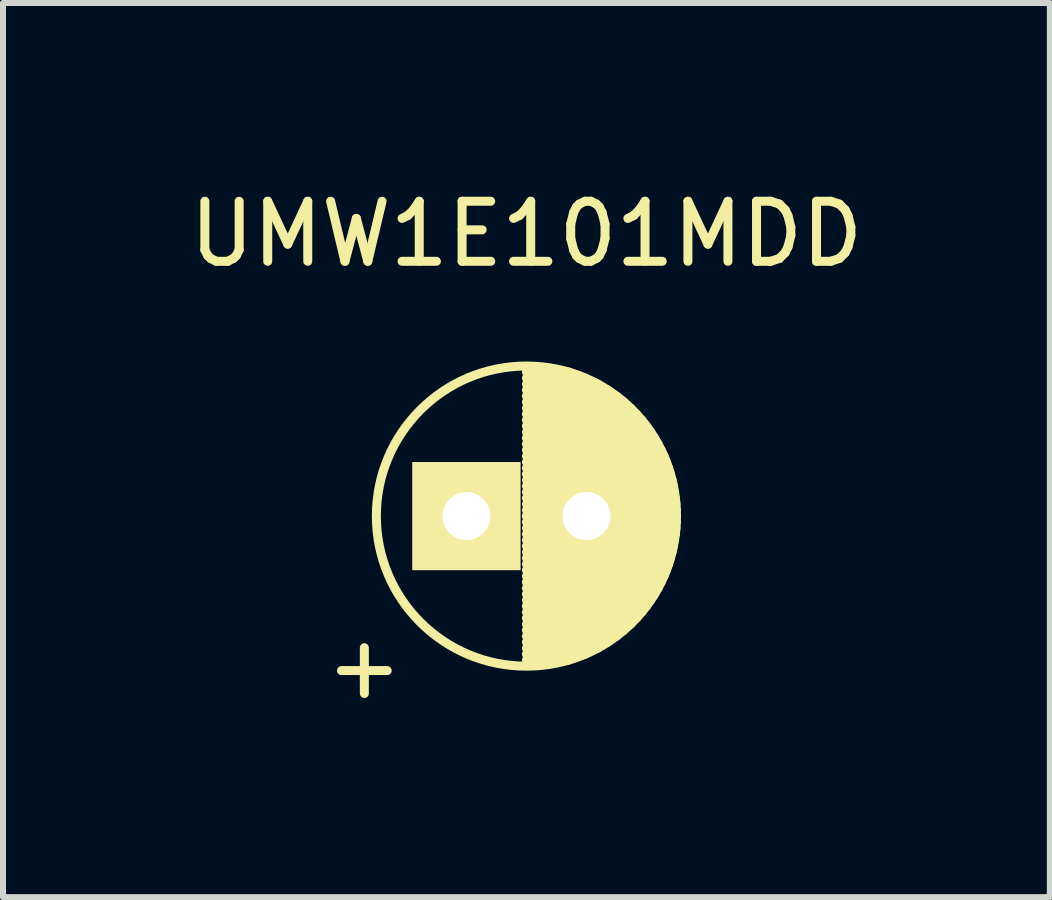
<source format=kicad_pcb>
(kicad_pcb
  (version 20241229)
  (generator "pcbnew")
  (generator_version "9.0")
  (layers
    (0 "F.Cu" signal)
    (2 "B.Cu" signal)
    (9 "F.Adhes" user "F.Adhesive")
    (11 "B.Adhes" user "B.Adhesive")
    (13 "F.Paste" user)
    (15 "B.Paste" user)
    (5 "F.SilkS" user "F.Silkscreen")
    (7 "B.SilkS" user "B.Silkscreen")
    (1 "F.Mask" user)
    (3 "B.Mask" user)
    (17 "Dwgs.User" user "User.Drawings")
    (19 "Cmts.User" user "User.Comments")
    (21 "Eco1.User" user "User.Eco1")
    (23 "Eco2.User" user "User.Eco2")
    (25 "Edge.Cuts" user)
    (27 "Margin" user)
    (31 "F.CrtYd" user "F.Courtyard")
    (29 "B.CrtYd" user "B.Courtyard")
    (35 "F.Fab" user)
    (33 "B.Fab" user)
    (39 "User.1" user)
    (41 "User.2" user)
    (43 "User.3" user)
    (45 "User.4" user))
  (footprint "UMW1E101MDD"
    (layer "F.Cu")
    (at 4.72 5.548)
    (property "Reference" "UMW1E101MDD" (at 1 -4.7 0) (layer "F.SilkS") (effects (font (size 1 1) (thickness 0.15))))
    (attr through_hole)
    (fp_line (start 1 -2.4) (end 1.7 -2.4) (stroke (width 0.15) (type solid)) (layer "F.SilkS"))
    (fp_line (start 1 -2.3) (end 1.98 -2.3) (stroke (width 0.15) (type solid)) (layer "F.SilkS"))
    (fp_line (start 1 -2.2) (end 2.187 -2.2) (stroke (width 0.15) (type solid)) (layer "F.SilkS"))
    (fp_line (start 1 -2.1) (end 2.356 -2.1) (stroke (width 0.15) (type solid)) (layer "F.SilkS"))
    (fp_line (start 1 -2) (end 2.5 -2) (stroke (width 0.15) (type solid)) (layer "F.SilkS"))
    (fp_line (start 1 -1.9) (end 2.625 -1.9) (stroke (width 0.15) (type solid)) (layer "F.SilkS"))
    (fp_line (start 1 -1.8) (end 2.735 -1.8) (stroke (width 0.15) (type solid)) (layer "F.SilkS"))
    (fp_line (start 1 -1.7) (end 2.833 -1.7) (stroke (width 0.15) (type solid)) (layer "F.SilkS"))
    (fp_line (start 1 -1.6) (end 2.921 -1.6) (stroke (width 0.15) (type solid)) (layer "F.SilkS"))
    (fp_line (start 1 -1.5) (end 3 -1.5) (stroke (width 0.15) (type solid)) (layer "F.SilkS"))
    (fp_line (start 1 -1.4) (end 3.071 -1.4) (stroke (width 0.15) (type solid)) (layer "F.SilkS"))
    (fp_line (start 1 -1.3) (end 3.135 -1.3) (stroke (width 0.15) (type solid)) (layer "F.SilkS"))
    (fp_line (start 1 -1.2) (end 3.193 -1.2) (stroke (width 0.15) (type solid)) (layer "F.SilkS"))
    (fp_line (start 1 -1.1) (end 3.245 -1.1) (stroke (width 0.15) (type solid)) (layer "F.SilkS"))
    (fp_line (start 1 -1) (end 3.291 -1) (stroke (width 0.15) (type solid)) (layer "F.SilkS"))
    (fp_line (start 1 -0.9) (end 3.332 -0.9) (stroke (width 0.15) (type solid)) (layer "F.SilkS"))
    (fp_line (start 1 -0.8) (end 3.369 -0.8) (stroke (width 0.15) (type solid)) (layer "F.SilkS"))
    (fp_line (start 1 -0.7) (end 3.4 -0.7) (stroke (width 0.15) (type solid)) (layer "F.SilkS"))
    (fp_line (start 1 -0.6) (end 3.427 -0.6) (stroke (width 0.15) (type solid)) (layer "F.SilkS"))
    (fp_line (start 1 -0.5) (end 3.449 -0.5) (stroke (width 0.15) (type solid)) (layer "F.SilkS"))
    (fp_line (start 1 -0.4) (end 3.468 -0.4) (stroke (width 0.15) (type solid)) (layer "F.SilkS"))
    (fp_line (start 1 -0.3) (end 3.482 -0.3) (stroke (width 0.15) (type solid)) (layer "F.SilkS"))
    (fp_line (start 1 -0.2) (end 3.492 -0.2) (stroke (width 0.15) (type solid)) (layer "F.SilkS"))
    (fp_line (start 1 -0.1) (end 3.498 -0.1) (stroke (width 0.15) (type solid)) (layer "F.SilkS"))
    (fp_line (start 1 0) (end 3.5 0) (stroke (width 0.15) (type solid)) (layer "F.SilkS"))
    (fp_line (start 1 0) (end 3.5 0) (stroke (width 0.15) (type solid)) (layer "F.SilkS"))
    (fp_line (start 1 0.1) (end 3.498 0.1) (stroke (width 0.15) (type solid)) (layer "F.SilkS"))
    (fp_line (start 1 0.2) (end 3.492 0.2) (stroke (width 0.15) (type solid)) (layer "F.SilkS"))
    (fp_line (start 1 0.3) (end 3.482 0.3) (stroke (width 0.15) (type solid)) (layer "F.SilkS"))
    (fp_line (start 1 0.4) (end 3.468 0.4) (stroke (width 0.15) (type solid)) (layer "F.SilkS"))
    (fp_line (start 1 0.5) (end 3.449 0.5) (stroke (width 0.15) (type solid)) (layer "F.SilkS"))
    (fp_line (start 1 0.6) (end 3.427 0.6) (stroke (width 0.15) (type solid)) (layer "F.SilkS"))
    (fp_line (start 1 0.7) (end 3.4 0.7) (stroke (width 0.15) (type solid)) (layer "F.SilkS"))
    (fp_line (start 1 0.8) (end 3.369 0.8) (stroke (width 0.15) (type solid)) (layer "F.SilkS"))
    (fp_line (start 1 0.9) (end 3.332 0.9) (stroke (width 0.15) (type solid)) (layer "F.SilkS"))
    (fp_line (start 1 1) (end 3.291 1) (stroke (width 0.15) (type solid)) (layer "F.SilkS"))
    (fp_line (start 1 1.1) (end 3.245 1.1) (stroke (width 0.15) (type solid)) (layer "F.SilkS"))
    (fp_line (start 1 1.2) (end 3.193 1.2) (stroke (width 0.15) (type solid)) (layer "F.SilkS"))
    (fp_line (start 1 1.3) (end 3.135 1.3) (stroke (width 0.15) (type solid)) (layer "F.SilkS"))
    (fp_line (start 1 1.4) (end 3.071 1.4) (stroke (width 0.15) (type solid)) (layer "F.SilkS"))
    (fp_line (start 1 1.5) (end 3 1.5) (stroke (width 0.15) (type solid)) (layer "F.SilkS"))
    (fp_line (start 1 1.6) (end 2.921 1.6) (stroke (width 0.15) (type solid)) (layer "F.SilkS"))
    (fp_line (start 1 1.7) (end 2.833 1.7) (stroke (width 0.15) (type solid)) (layer "F.SilkS"))
    (fp_line (start 1 1.8) (end 2.735 1.8) (stroke (width 0.15) (type solid)) (layer "F.SilkS"))
    (fp_line (start 1 1.9) (end 2.625 1.9) (stroke (width 0.15) (type solid)) (layer "F.SilkS"))
    (fp_line (start 1 2) (end 2.5 2) (stroke (width 0.15) (type solid)) (layer "F.SilkS"))
    (fp_line (start 1 2.1) (end 2.356 2.1) (stroke (width 0.15) (type solid)) (layer "F.SilkS"))
    (fp_line (start 1 2.2) (end 2.187 2.2) (stroke (width 0.15) (type solid)) (layer "F.SilkS"))
    (fp_line (start 1 2.3) (end 1.98 2.3) (stroke (width 0.15) (type solid)) (layer "F.SilkS"))
    (fp_line (start 1 2.4) (end 1.7 2.4) (stroke (width 0.15) (type solid)) (layer "F.SilkS"))
    (fp_circle (center 1 0) (end 1 -2.5) (stroke (width 0.15) (type solid)) (fill no) (layer "F.SilkS"))
    (fp_text user "+" (at -1.7 2.5 0) (layer "F.SilkS") (effects (font (size 1 1) (thickness 0.15))))
    (pad "1" thru_hole rect (at 0 0) (size 1.8 1.8) (drill 0.8) (layers "*.Cu" "*.Mask" "F.SilkS"))
    (pad "2" thru_hole circle (at 2 0) (size 1.8 1.8) (drill 0.8) (layers "*.Cu" "*.Mask" "F.SilkS")))
  (gr_rect
    (start -3 -3)
    (end 14.44 11.896)
    (stroke (width 0.1) (type default))
    (fill no)
    (layer "Edge.Cuts")))
</source>
